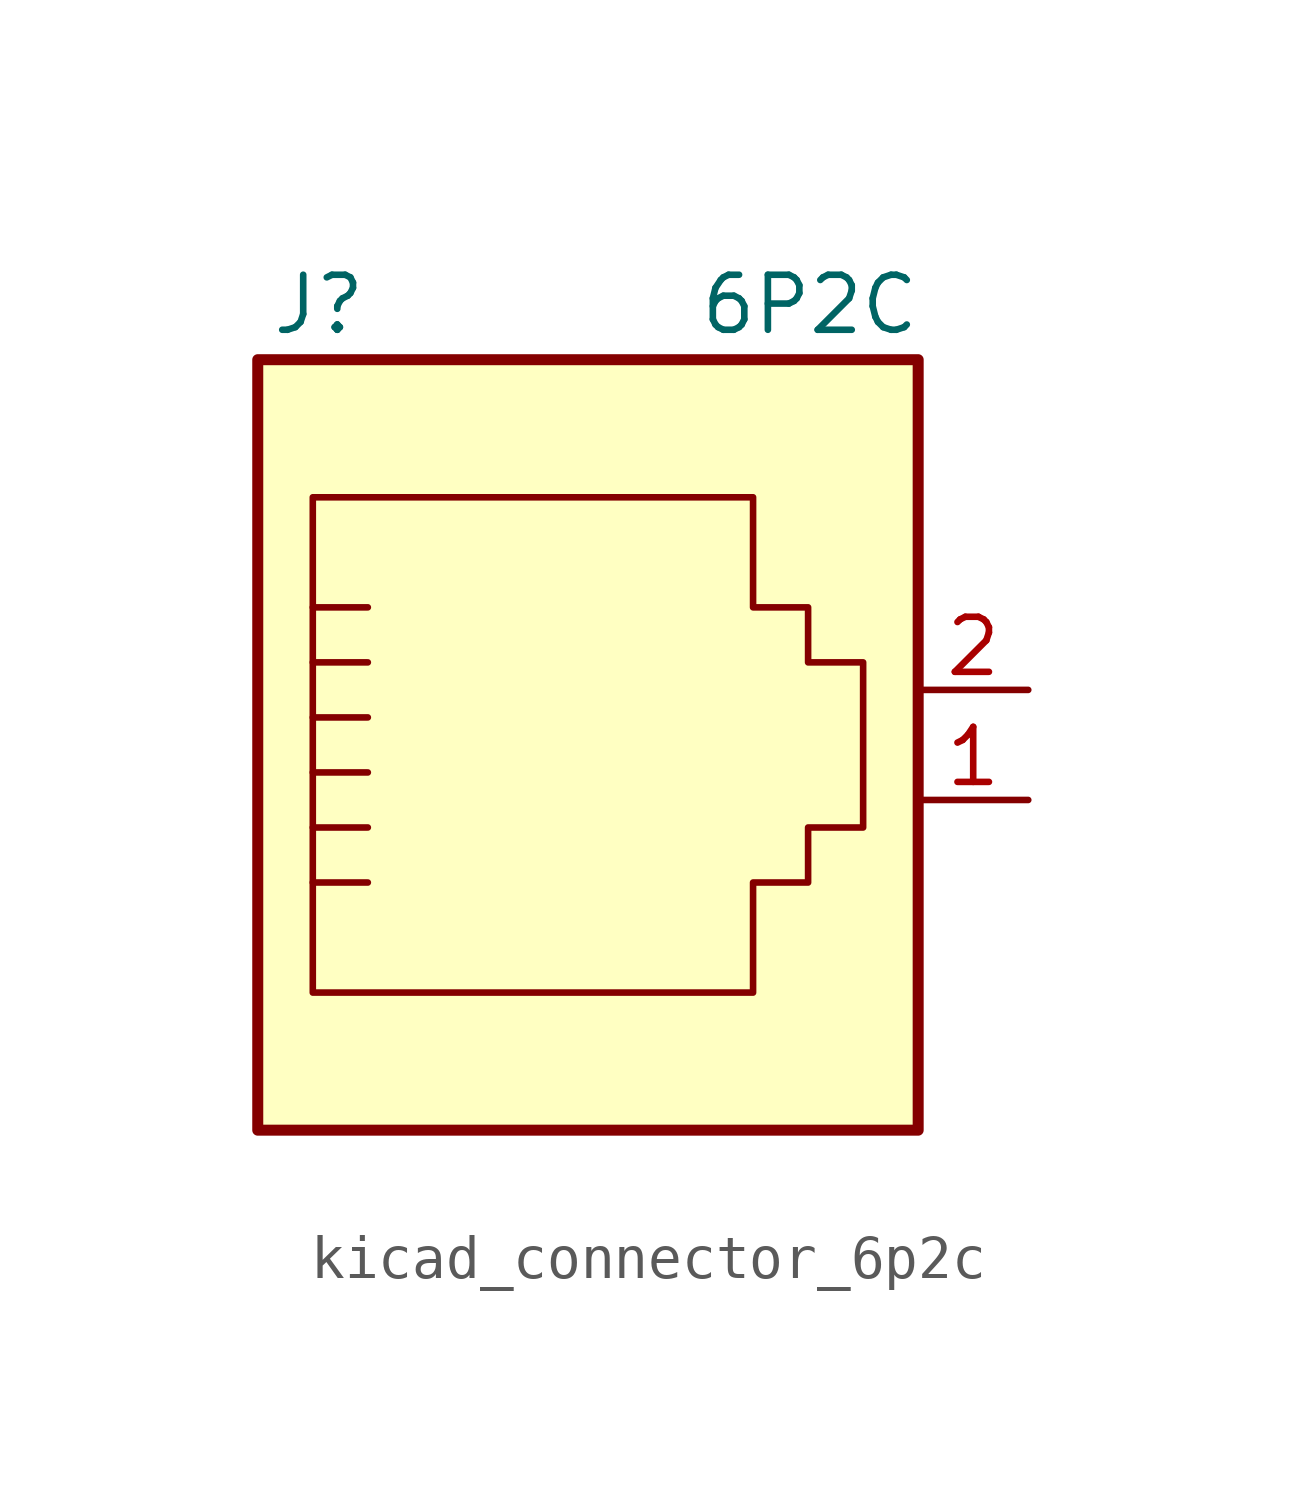
<source format=kicad_sym>
(kicad_symbol_lib
  (version 20220914)
  (generator kicad_symbol_editor)
  (symbol "kicad_connector_6p2c"
    (pin_names
      (offset 1.016))
    (property "Reference" "J"
      (at -5.08 11.43 0)
      (effects (font (size 1.27 1.27)) (justify right)))
    (property "Value" "6P2C"
      (at 2.54 11.43 0)
      (effects (font (size 1.27 1.27)) (justify left)))
    (symbol "kicad_connector_6p2c_0_1"
      (polyline (pts (xy -6.35 -1.905) (xy -5.08 -1.905) (xy -5.08 -1.905)) (stroke (width 0) (type default)) (fill (type none)))
      (polyline (pts (xy -6.35 -0.635) (xy -5.08 -0.635) (xy -5.08 -0.635)) (stroke (width 0) (type default)) (fill (type none)))
      (polyline (pts (xy -6.35 0.635) (xy -5.08 0.635) (xy -5.08 0.635)) (stroke (width 0) (type default)) (fill (type none)))
      (polyline (pts (xy -6.35 1.905) (xy -5.08 1.905) (xy -5.08 1.905)) (stroke (width 0) (type default)) (fill (type none)))
      (polyline (pts (xy -6.35 3.175) (xy -5.08 3.175) (xy -5.08 3.175)) (stroke (width 0) (type default)) (fill (type none)))
      (polyline (pts (xy -5.08 4.445) (xy -6.35 4.445) (xy -6.35 4.445)) (stroke (width 0) (type default)) (fill (type none)))
      (polyline (pts (xy -6.35 -4.445) (xy -6.35 6.985) (xy 3.81 6.985) (xy 3.81 4.445) (xy 5.08 4.445) (xy 5.08 3.175) (xy 6.35 3.175) (xy 6.35 -0.635) (xy 5.08 -0.635) (xy 5.08 -1.905) (xy 3.81 -1.905) (xy 3.81 -4.445) (xy -6.35 -4.445) (xy -6.35 -4.445)) (stroke (width 0) (type default)) (fill (type none)))
      (rectangle (start 7.62 10.16) (end -7.62 -7.62) (stroke (width 0.254) (type default)) (fill (type background))))
    (symbol "kicad_connector_6p2c_1_1"
      (pin passive line (at 10.16 0 180) (length 2.54) (name "~" (effects (font (size 1.27 1.27)))) (number "1" (effects (font (size 1.27 1.27)))))
      (pin passive line (at 10.16 2.54 180) (length 2.54) (name "~" (effects (font (size 1.27 1.27)))) (number "2" (effects (font (size 1.27 1.27))))))))
</source>
